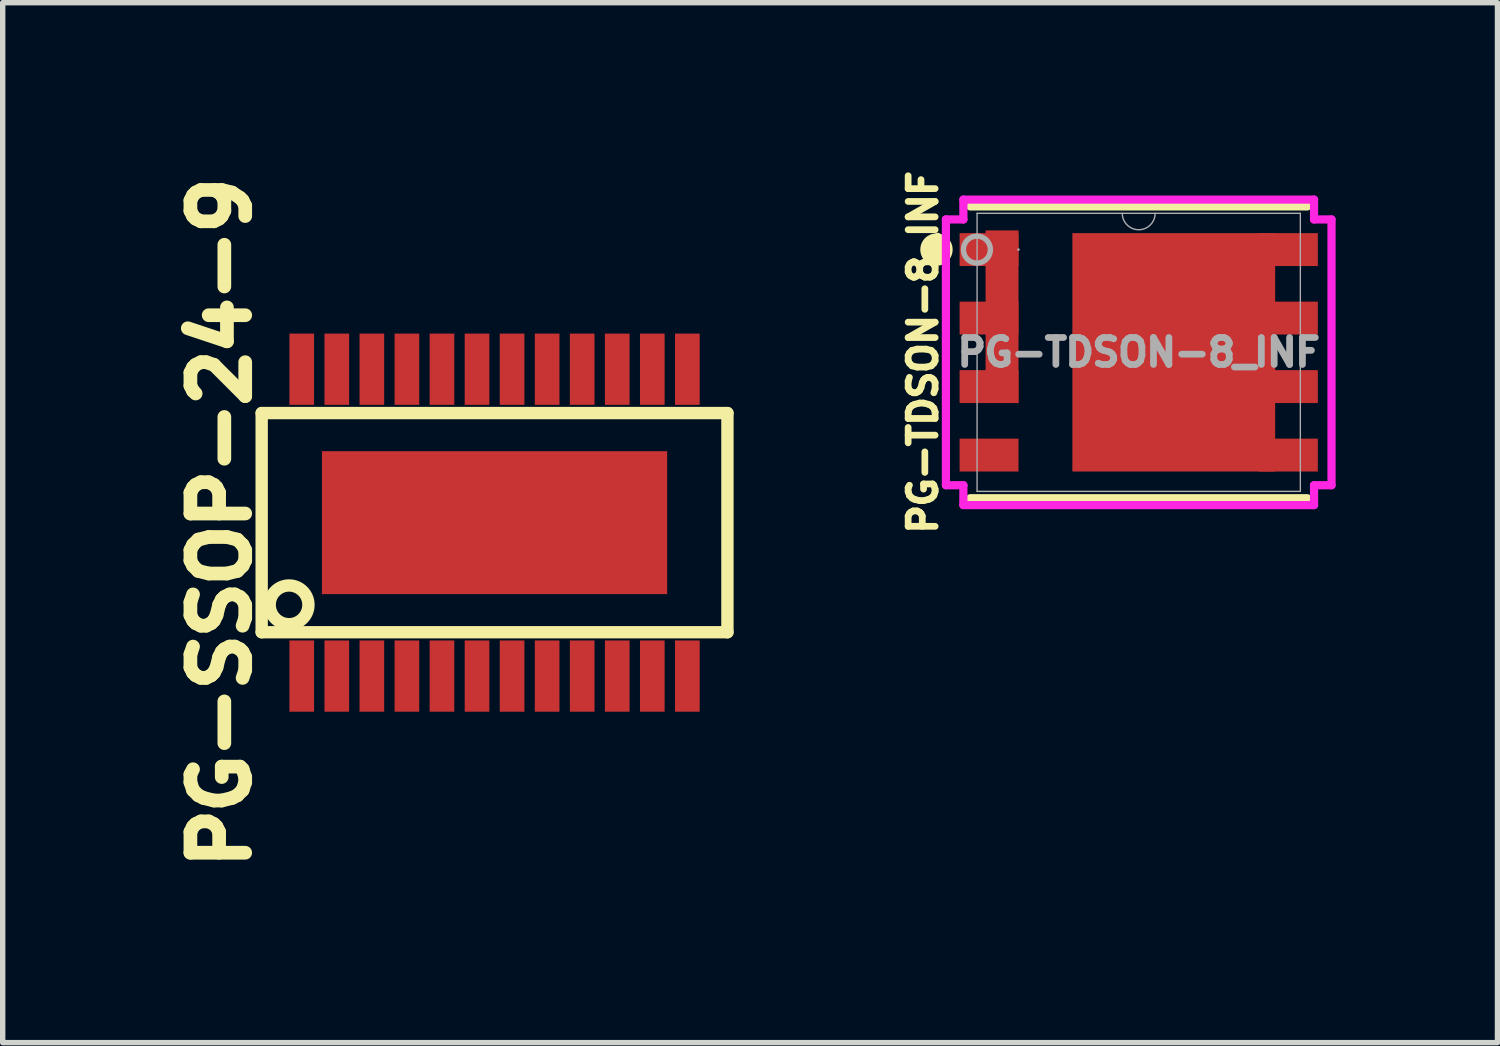
<source format=kicad_pcb>
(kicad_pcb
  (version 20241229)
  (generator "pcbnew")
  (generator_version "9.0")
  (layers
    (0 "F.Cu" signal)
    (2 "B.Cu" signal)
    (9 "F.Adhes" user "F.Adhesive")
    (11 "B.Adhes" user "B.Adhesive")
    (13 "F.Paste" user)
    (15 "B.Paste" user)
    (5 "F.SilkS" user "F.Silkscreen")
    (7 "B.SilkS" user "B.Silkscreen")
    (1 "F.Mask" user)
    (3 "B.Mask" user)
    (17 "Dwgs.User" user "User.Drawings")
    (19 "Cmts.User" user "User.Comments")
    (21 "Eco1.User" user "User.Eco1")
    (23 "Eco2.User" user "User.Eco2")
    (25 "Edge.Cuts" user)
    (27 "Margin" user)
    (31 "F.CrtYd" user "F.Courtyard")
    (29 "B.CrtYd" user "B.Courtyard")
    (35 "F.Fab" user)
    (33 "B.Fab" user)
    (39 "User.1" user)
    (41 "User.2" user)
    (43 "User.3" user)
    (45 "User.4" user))
  (footprint "PG-TDSON-8_INF"
    (layer "F.Cu")
    (at 18.064 3.483)
    (property "Reference" "PG-TDSON-8_INF" (at -4 0 90) (layer "F.SilkS") (effects (font (size 0.5 0.5) (thickness 0.125) (bold yes))))
    (attr smd)
    (fp_poly (pts (xy -2.839 -2.261) (xy -2.229 -2.261) (xy -2.229 0.94) (xy -2.839 0.94)) (stroke (width 0) (type solid)) (fill yes) (layer "F.Cu"))
    (fp_poly (pts (xy -1.23 -2.21) (xy 2.53 -2.21) (xy 2.53 2.21) (xy -1.23 2.21)) (stroke (width 0) (type solid)) (fill yes) (layer "F.Cu"))
    (fp_poly (pts (xy -2.839 -2.261) (xy -2.229 -2.261) (xy -2.229 0.94) (xy -2.839 0.94)) (stroke (width 0) (type solid)) (fill yes) (layer "F.Mask"))
    (fp_poly (pts (xy -1.23 -2.21) (xy 2.53 -2.21) (xy 2.53 2.21) (xy -1.23 2.21)) (stroke (width 0) (type solid)) (fill yes) (layer "F.Mask"))
    (fp_line (start -3.124 2.705) (end 3.124 2.705) (stroke (width 0.152) (type solid)) (layer "F.SilkS"))
    (fp_line (start 3.124 -2.705) (end -3.124 -2.705) (stroke (width 0.152) (type solid)) (layer "F.SilkS"))
    (fp_circle (center -3.75 -1.905) (end -3.5 -1.905) (stroke (width 0.1) (type solid)) (fill yes) (layer "F.SilkS"))
    (fp_poly (pts (xy -2.839 -2.261) (xy -2.229 -2.261) (xy -2.229 0.94) (xy -2.839 0.94)) (stroke (width 0) (type solid)) (fill yes) (layer "F.Paste"))
    (fp_poly (pts (xy -2.739 -2.161) (xy -2.739 -0.76) (xy -2.329 -0.76) (xy -2.329 -2.161)) (stroke (width 0) (type solid)) (fill yes) (layer "F.Paste"))
    (fp_poly (pts (xy -2.739 -2.161) (xy -2.739 -0.76) (xy -2.329 -0.76) (xy -2.329 -2.161)) (stroke (width 0) (type solid)) (fill yes) (layer "F.Paste"))
    (fp_poly (pts (xy -2.739 -0.56) (xy -2.739 0.84) (xy -2.329 0.84) (xy -2.329 -0.56)) (stroke (width 0) (type solid)) (fill yes) (layer "F.Paste"))
    (fp_poly (pts (xy -2.739 -0.56) (xy -2.739 0.84) (xy -2.329 0.84) (xy -2.329 -0.56)) (stroke (width 0) (type solid)) (fill yes) (layer "F.Paste"))
    (fp_poly (pts (xy -1.23 -2.21) (xy 2.53 -2.21) (xy 2.53 2.21) (xy -1.23 2.21)) (stroke (width 0) (type solid)) (fill yes) (layer "F.Paste"))
    (fp_poly (pts (xy -1.13 -2.11) (xy -1.13 -0.837) (xy 0.55 -0.837) (xy 0.55 -2.11)) (stroke (width 0) (type solid)) (fill yes) (layer "F.Paste"))
    (fp_poly (pts (xy -1.13 -0.637) (xy -1.13 0.637) (xy 0.55 0.637) (xy 0.55 -0.637)) (stroke (width 0) (type solid)) (fill yes) (layer "F.Paste"))
    (fp_poly (pts (xy -1.13 0.837) (xy -1.13 2.11) (xy 0.55 2.11) (xy 0.55 0.837)) (stroke (width 0) (type solid)) (fill yes) (layer "F.Paste"))
    (fp_poly (pts (xy 0.75 -2.11) (xy 0.75 -0.837) (xy 2.43 -0.837) (xy 2.43 -2.11)) (stroke (width 0) (type solid)) (fill yes) (layer "F.Paste"))
    (fp_poly (pts (xy 0.75 -0.637) (xy 0.75 0.637) (xy 2.43 0.637) (xy 2.43 -0.637)) (stroke (width 0) (type solid)) (fill yes) (layer "F.Paste"))
    (fp_poly (pts (xy 0.75 0.837) (xy 0.75 2.11) (xy 2.43 2.11) (xy 2.43 0.837)) (stroke (width 0) (type solid)) (fill yes) (layer "F.Paste"))
    (fp_line (start -3.575 -2.464) (end -3.251 -2.464) (stroke (width 0.152) (type solid)) (layer "F.CrtYd"))
    (fp_line (start -3.575 2.464) (end -3.575 -2.464) (stroke (width 0.152) (type solid)) (layer "F.CrtYd"))
    (fp_line (start -3.575 2.464) (end -3.251 2.464) (stroke (width 0.152) (type solid)) (layer "F.CrtYd"))
    (fp_line (start -3.251 -2.832) (end 3.251 -2.832) (stroke (width 0.152) (type solid)) (layer "F.CrtYd"))
    (fp_line (start -3.251 -2.464) (end -3.251 -2.832) (stroke (width 0.152) (type solid)) (layer "F.CrtYd"))
    (fp_line (start -3.251 2.832) (end -3.251 2.464) (stroke (width 0.152) (type solid)) (layer "F.CrtYd"))
    (fp_line (start 3.251 -2.832) (end 3.251 -2.464) (stroke (width 0.152) (type solid)) (layer "F.CrtYd"))
    (fp_line (start 3.251 2.464) (end 3.251 2.832) (stroke (width 0.152) (type solid)) (layer "F.CrtYd"))
    (fp_line (start 3.251 2.832) (end -3.251 2.832) (stroke (width 0.152) (type solid)) (layer "F.CrtYd"))
    (fp_line (start 3.575 -2.464) (end 3.251 -2.464) (stroke (width 0.152) (type solid)) (layer "F.CrtYd"))
    (fp_line (start 3.575 -2.464) (end 3.575 2.464) (stroke (width 0.152) (type solid)) (layer "F.CrtYd"))
    (fp_line (start 3.575 2.464) (end 3.251 2.464) (stroke (width 0.152) (type solid)) (layer "F.CrtYd"))
    (fp_line (start -2.997 -2.578) (end -2.997 2.578) (stroke (width 0.025) (type solid)) (layer "F.Fab"))
    (fp_line (start -2.997 2.578) (end 2.997 2.578) (stroke (width 0.025) (type solid)) (layer "F.Fab"))
    (fp_line (start 2.997 -2.578) (end -2.997 -2.578) (stroke (width 0.025) (type solid)) (layer "F.Fab"))
    (fp_line (start 2.997 2.578) (end 2.997 -2.578) (stroke (width 0.025) (type solid)) (layer "F.Fab"))
    (fp_arc (start 0.3048 -2.5781) (mid 0 -2.2733) (end -0.3048 -2.5781) (stroke (width 0.0254) (type solid)) (layer "F.Fab"))
    (fp_circle (center -3 -1.905) (end -2.75 -1.905) (stroke (width 0.1) (type solid)) (fill no) (layer "F.Fab"))
    (fp_circle (center -2.229 -1.905) (end -2.229 -1.905) (stroke (width 0.025) (type solid)) (fill no) (layer "F.Fab"))
    (fp_text user "${REFERENCE}" (at 0 0 0) (unlocked yes) (layer "F.Fab") (effects (font (size 0.5 0.5) (thickness 0.125) (bold yes))))
    (pad "1" smd rect (at -2.775 -1.905) (size 1.092 0.61) (layers "F.Cu" "F.Mask" "F.Paste"))
    (pad "2" smd rect (at -2.775 -0.635) (size 1.092 0.61) (layers "F.Cu" "F.Mask" "F.Paste"))
    (pad "3" smd rect (at -2.775 0.635) (size 1.092 0.61) (layers "F.Cu" "F.Mask" "F.Paste"))
    (pad "4" smd rect (at -2.775 1.905) (size 1.092 0.61) (layers "F.Cu" "F.Mask" "F.Paste"))
    (pad "5" smd rect (at 2.775 1.905) (size 1.092 0.61) (layers "F.Cu" "F.Mask" "F.Paste"))
    (pad "6" smd rect (at 2.775 0.635) (size 1.092 0.61) (layers "F.Cu" "F.Mask" "F.Paste"))
    (pad "7" smd rect (at 2.775 -0.635) (size 1.092 0.61) (layers "F.Cu" "F.Mask" "F.Paste"))
    (pad "8" smd rect (at 2.775 -1.905) (size 1.092 0.61) (layers "F.Cu" "F.Mask" "F.Paste")))
  (footprint "PG-SSOP-24-9"
    (layer "F.Cu")
    (at 6.12 6.641)
    (property "Reference" "PG-SSOP-24-9" (at -5.08 0 90) (layer "F.SilkS") (effects (font (size 1.016 1.016) (thickness 0.254))))
    (attr through_hole)
    (fp_line (start -4.318 -2.032) (end -4.318 2.032) (stroke (width 0.229) (type solid)) (layer "F.SilkS"))
    (fp_line (start -4.318 2.032) (end 4.318 2.032) (stroke (width 0.229) (type solid)) (layer "F.SilkS"))
    (fp_line (start 4.318 -2.032) (end -4.318 -2.032) (stroke (width 0.229) (type solid)) (layer "F.SilkS"))
    (fp_line (start 4.318 2.032) (end 4.318 -2.032) (stroke (width 0.229) (type solid)) (layer "F.SilkS"))
    (fp_circle (center -3.81 1.524) (end -3.556 1.27) (stroke (width 0.229) (type solid)) (fill no) (layer "F.SilkS"))
    (pad "1" smd rect (at -3.575 2.845) (size 0.457 1.321) (layers "F.Cu" "F.Mask" "F.Paste"))
    (pad "2" smd rect (at -2.925 2.845) (size 0.457 1.321) (layers "F.Cu" "F.Mask" "F.Paste"))
    (pad "3" smd rect (at -2.275 2.845) (size 0.457 1.321) (layers "F.Cu" "F.Mask" "F.Paste"))
    (pad "4" smd rect (at -1.625 2.845) (size 0.457 1.321) (layers "F.Cu" "F.Mask" "F.Paste"))
    (pad "5" smd rect (at -0.975 2.845) (size 0.457 1.321) (layers "F.Cu" "F.Mask" "F.Paste"))
    (pad "6" smd rect (at -0.325 2.845) (size 0.457 1.321) (layers "F.Cu" "F.Mask" "F.Paste"))
    (pad "7" smd rect (at 0.325 2.845) (size 0.457 1.321) (layers "F.Cu" "F.Mask" "F.Paste"))
    (pad "8" smd rect (at 0.975 2.845) (size 0.457 1.321) (layers "F.Cu" "F.Mask" "F.Paste"))
    (pad "9" smd rect (at 1.625 2.845) (size 0.457 1.321) (layers "F.Cu" "F.Mask" "F.Paste"))
    (pad "10" smd rect (at 2.275 2.845) (size 0.457 1.321) (layers "F.Cu" "F.Mask" "F.Paste"))
    (pad "11" smd rect (at 2.925 2.845) (size 0.457 1.321) (layers "F.Cu" "F.Mask" "F.Paste"))
    (pad "12" smd rect (at 3.575 2.845) (size 0.457 1.321) (layers "F.Cu" "F.Mask" "F.Paste"))
    (pad "13" smd rect (at 3.575 -2.845) (size 0.457 1.321) (layers "F.Cu" "F.Mask" "F.Paste"))
    (pad "14" smd rect (at 2.925 -2.845) (size 0.457 1.321) (layers "F.Cu" "F.Mask" "F.Paste"))
    (pad "15" smd rect (at 2.275 -2.845) (size 0.457 1.321) (layers "F.Cu" "F.Mask" "F.Paste"))
    (pad "16" smd rect (at 1.625 -2.845) (size 0.457 1.321) (layers "F.Cu" "F.Mask" "F.Paste"))
    (pad "17" smd rect (at 0.975 -2.845) (size 0.457 1.321) (layers "F.Cu" "F.Mask" "F.Paste"))
    (pad "18" smd rect (at 0.325 -2.845) (size 0.457 1.321) (layers "F.Cu" "F.Mask" "F.Paste"))
    (pad "19" smd rect (at -0.325 -2.845) (size 0.457 1.321) (layers "F.Cu" "F.Mask" "F.Paste"))
    (pad "20" smd rect (at -0.975 -2.845) (size 0.457 1.321) (layers "F.Cu" "F.Mask" "F.Paste"))
    (pad "21" smd rect (at -1.625 -2.845) (size 0.457 1.321) (layers "F.Cu" "F.Mask" "F.Paste"))
    (pad "22" smd rect (at -2.275 -2.845) (size 0.457 1.321) (layers "F.Cu" "F.Mask" "F.Paste"))
    (pad "23" smd rect (at -2.925 -2.845) (size 0.457 1.321) (layers "F.Cu" "F.Mask" "F.Paste"))
    (pad "24" smd rect (at -3.575 -2.845) (size 0.457 1.321) (layers "F.Cu" "F.Mask" "F.Paste"))
    (pad "25" smd rect (at 0 0) (size 6.401 2.65) (layers "F.Cu" "F.Mask" "F.Paste")))
  (gr_rect
    (start -3 -3)
    (end 24.716 16.283)
    (stroke (width 0.1) (type default))
    (fill no)
    (layer "Edge.Cuts")))
</source>
